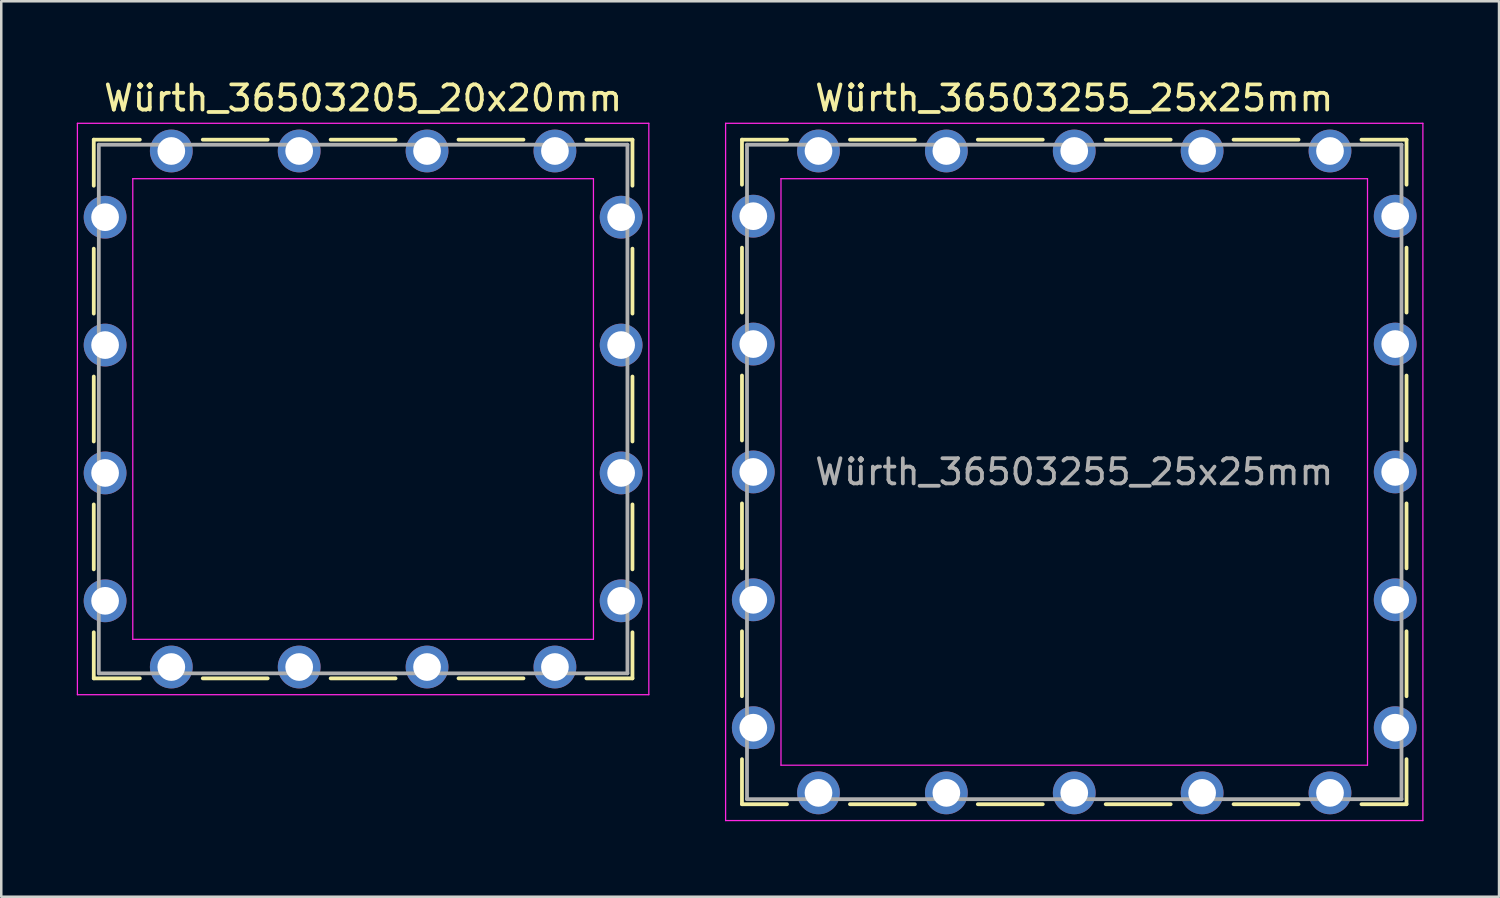
<source format=kicad_pcb>
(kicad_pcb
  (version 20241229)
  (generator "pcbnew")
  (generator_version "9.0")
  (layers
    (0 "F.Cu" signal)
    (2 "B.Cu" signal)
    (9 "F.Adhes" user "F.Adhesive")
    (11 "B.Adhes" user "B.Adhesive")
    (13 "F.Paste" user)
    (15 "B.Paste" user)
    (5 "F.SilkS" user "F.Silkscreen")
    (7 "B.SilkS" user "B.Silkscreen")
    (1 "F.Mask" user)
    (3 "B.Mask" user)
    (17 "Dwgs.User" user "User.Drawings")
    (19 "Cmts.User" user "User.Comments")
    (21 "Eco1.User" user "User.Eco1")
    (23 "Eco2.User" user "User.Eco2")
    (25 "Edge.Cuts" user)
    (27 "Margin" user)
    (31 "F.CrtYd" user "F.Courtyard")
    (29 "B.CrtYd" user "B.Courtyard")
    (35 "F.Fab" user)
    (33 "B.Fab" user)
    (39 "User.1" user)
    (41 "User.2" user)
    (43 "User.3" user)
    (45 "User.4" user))
  (footprint "Würth_36503205_20x20mm"
    (layer "F.Cu")
    (at 11.375 13.198)
    (property "Reference" "Würth_36503205_20x20mm" (at 0 -12.35 0) (layer "F.SilkS") (effects (font (size 1 1) (thickness 0.15))))
    (attr through_hole)
    (fp_line (start -10.7 -10.7) (end -8.87 -10.7) (stroke (width 0.15) (type solid)) (layer "F.SilkS"))
    (fp_line (start -10.7 -8.87) (end -10.7 -10.7) (stroke (width 0.15) (type solid)) (layer "F.SilkS"))
    (fp_line (start -10.7 -3.79) (end -10.7 -6.37) (stroke (width 0.15) (type solid)) (layer "F.SilkS"))
    (fp_line (start -10.7 -1.29) (end -10.7 1.29) (stroke (width 0.15) (type solid)) (layer "F.SilkS"))
    (fp_line (start -10.7 3.79) (end -10.7 6.37) (stroke (width 0.15) (type solid)) (layer "F.SilkS"))
    (fp_line (start -10.7 8.87) (end -10.7 10.7) (stroke (width 0.15) (type solid)) (layer "F.SilkS"))
    (fp_line (start -10.7 10.7) (end -8.87 10.7) (stroke (width 0.15) (type solid)) (layer "F.SilkS"))
    (fp_line (start -3.79 -10.7) (end -6.37 -10.7) (stroke (width 0.15) (type solid)) (layer "F.SilkS"))
    (fp_line (start -3.79 10.7) (end -6.37 10.7) (stroke (width 0.15) (type solid)) (layer "F.SilkS"))
    (fp_line (start 1.29 -10.7) (end -1.29 -10.7) (stroke (width 0.15) (type solid)) (layer "F.SilkS"))
    (fp_line (start 1.29 10.7) (end -1.29 10.7) (stroke (width 0.15) (type solid)) (layer "F.SilkS"))
    (fp_line (start 3.79 -10.7) (end 6.37 -10.7) (stroke (width 0.15) (type solid)) (layer "F.SilkS"))
    (fp_line (start 3.79 10.7) (end 6.37 10.7) (stroke (width 0.15) (type solid)) (layer "F.SilkS"))
    (fp_line (start 10.7 -10.7) (end 8.87 -10.7) (stroke (width 0.15) (type solid)) (layer "F.SilkS"))
    (fp_line (start 10.7 -8.87) (end 10.7 -10.7) (stroke (width 0.15) (type solid)) (layer "F.SilkS"))
    (fp_line (start 10.7 -3.79) (end 10.7 -6.37) (stroke (width 0.15) (type solid)) (layer "F.SilkS"))
    (fp_line (start 10.7 1.29) (end 10.7 -1.29) (stroke (width 0.15) (type solid)) (layer "F.SilkS"))
    (fp_line (start 10.7 3.79) (end 10.7 6.37) (stroke (width 0.15) (type solid)) (layer "F.SilkS"))
    (fp_line (start 10.7 8.87) (end 10.7 10.7) (stroke (width 0.15) (type solid)) (layer "F.SilkS"))
    (fp_line (start 10.7 10.7) (end 8.87 10.7) (stroke (width 0.15) (type solid)) (layer "F.SilkS"))
    (fp_line (start -11.35 -11.35) (end -11.35 11.35) (stroke (width 0.05) (type solid)) (layer "F.CrtYd"))
    (fp_line (start -11.35 11.35) (end 11.35 11.35) (stroke (width 0.05) (type solid)) (layer "F.CrtYd"))
    (fp_line (start -9.15 -9.15) (end -9.15 9.15) (stroke (width 0.05) (type solid)) (layer "F.CrtYd"))
    (fp_line (start -9.15 9.15) (end 9.15 9.15) (stroke (width 0.05) (type solid)) (layer "F.CrtYd"))
    (fp_line (start 9.15 -9.15) (end -9.15 -9.15) (stroke (width 0.05) (type solid)) (layer "F.CrtYd"))
    (fp_line (start 9.15 9.15) (end 9.15 -9.15) (stroke (width 0.05) (type solid)) (layer "F.CrtYd"))
    (fp_line (start 11.35 -11.35) (end -11.35 -11.35) (stroke (width 0.05) (type solid)) (layer "F.CrtYd"))
    (fp_line (start 11.35 11.35) (end 11.35 -11.35) (stroke (width 0.05) (type solid)) (layer "F.CrtYd"))
    (fp_line (start -10.5 -10.5) (end -10.5 10.5) (stroke (width 0.15) (type solid)) (layer "F.Fab"))
    (fp_line (start -10.5 10.5) (end 10.5 10.5) (stroke (width 0.15) (type solid)) (layer "F.Fab"))
    (fp_line (start 10.5 -10.5) (end -10.5 -10.5) (stroke (width 0.15) (type solid)) (layer "F.Fab"))
    (fp_line (start 10.5 10.5) (end 10.5 -10.5) (stroke (width 0.15) (type solid)) (layer "F.Fab"))
    (pad "1" thru_hole circle (at -10.25 -7.62) (size 1.7 1.7) (drill 1.1) (layers "*.Cu" "*.Mask"))
    (pad "1" thru_hole circle (at -10.25 -2.54) (size 1.7 1.7) (drill 1.1) (layers "*.Cu" "*.Mask"))
    (pad "1" thru_hole circle (at -10.25 2.54) (size 1.7 1.7) (drill 1.1) (layers "*.Cu" "*.Mask"))
    (pad "1" thru_hole circle (at -10.25 7.62) (size 1.7 1.7) (drill 1.1) (layers "*.Cu" "*.Mask"))
    (pad "1" thru_hole circle (at -7.62 -10.25) (size 1.7 1.7) (drill 1.1) (layers "*.Cu" "*.Mask"))
    (pad "1" thru_hole circle (at -7.62 10.25) (size 1.7 1.7) (drill 1.1) (layers "*.Cu" "*.Mask"))
    (pad "1" thru_hole circle (at -2.54 -10.25) (size 1.7 1.7) (drill 1.1) (layers "*.Cu" "*.Mask"))
    (pad "1" thru_hole circle (at -2.54 10.25) (size 1.7 1.7) (drill 1.1) (layers "*.Cu" "*.Mask"))
    (pad "1" thru_hole circle (at 2.54 -10.25) (size 1.7 1.7) (drill 1.1) (layers "*.Cu" "*.Mask"))
    (pad "1" thru_hole circle (at 2.54 10.25) (size 1.7 1.7) (drill 1.1) (layers "*.Cu" "*.Mask"))
    (pad "1" thru_hole circle (at 7.62 -10.25) (size 1.7 1.7) (drill 1.1) (layers "*.Cu" "*.Mask"))
    (pad "1" thru_hole circle (at 7.62 10.25) (size 1.7 1.7) (drill 1.1) (layers "*.Cu" "*.Mask"))
    (pad "1" thru_hole circle (at 10.25 -7.62) (size 1.7 1.7) (drill 1.1) (layers "*.Cu" "*.Mask"))
    (pad "1" thru_hole circle (at 10.25 -2.54) (size 1.7 1.7) (drill 1.1) (layers "*.Cu" "*.Mask"))
    (pad "1" thru_hole circle (at 10.25 2.54) (size 1.7 1.7) (drill 1.1) (layers "*.Cu" "*.Mask"))
    (pad "1" thru_hole circle (at 10.25 7.62) (size 1.7 1.7) (drill 1.1) (layers "*.Cu" "*.Mask")))
  (footprint "Würth_36503255_25x25mm"
    (layer "F.Cu")
    (at 39.625 15.698)
    (property "Reference" "Würth_36503255_25x25mm" (at 0 -14.85 0) (layer "F.SilkS") (effects (font (size 1 1) (thickness 0.15))))
    (attr through_hole)
    (fp_line (start -13.2 -13.2) (end -11.41 -13.2) (stroke (width 0.15) (type solid)) (layer "F.SilkS"))
    (fp_line (start -13.2 -11.41) (end -13.2 -13.2) (stroke (width 0.15) (type solid)) (layer "F.SilkS"))
    (fp_line (start -13.2 -6.33) (end -13.2 -8.91) (stroke (width 0.15) (type solid)) (layer "F.SilkS"))
    (fp_line (start -13.2 -1.25) (end -13.2 -3.83) (stroke (width 0.15) (type solid)) (layer "F.SilkS"))
    (fp_line (start -13.2 1.25) (end -13.2 3.83) (stroke (width 0.15) (type solid)) (layer "F.SilkS"))
    (fp_line (start -13.2 6.33) (end -13.2 8.91) (stroke (width 0.15) (type solid)) (layer "F.SilkS"))
    (fp_line (start -13.2 11.41) (end -13.2 13.2) (stroke (width 0.15) (type solid)) (layer "F.SilkS"))
    (fp_line (start -13.2 13.2) (end -11.41 13.2) (stroke (width 0.15) (type solid)) (layer "F.SilkS"))
    (fp_line (start -6.33 -13.2) (end -8.91 -13.2) (stroke (width 0.15) (type solid)) (layer "F.SilkS"))
    (fp_line (start -6.33 13.2) (end -8.91 13.2) (stroke (width 0.15) (type solid)) (layer "F.SilkS"))
    (fp_line (start -1.25 -13.2) (end -3.83 -13.2) (stroke (width 0.15) (type solid)) (layer "F.SilkS"))
    (fp_line (start -1.25 13.2) (end -3.83 13.2) (stroke (width 0.15) (type solid)) (layer "F.SilkS"))
    (fp_line (start 1.25 -13.2) (end 3.83 -13.2) (stroke (width 0.15) (type solid)) (layer "F.SilkS"))
    (fp_line (start 1.25 13.2) (end 3.83 13.2) (stroke (width 0.15) (type solid)) (layer "F.SilkS"))
    (fp_line (start 6.33 -13.2) (end 8.91 -13.2) (stroke (width 0.15) (type solid)) (layer "F.SilkS"))
    (fp_line (start 6.33 13.2) (end 8.91 13.2) (stroke (width 0.15) (type solid)) (layer "F.SilkS"))
    (fp_line (start 13.2 -13.2) (end 11.41 -13.2) (stroke (width 0.15) (type solid)) (layer "F.SilkS"))
    (fp_line (start 13.2 -11.41) (end 13.2 -13.2) (stroke (width 0.15) (type solid)) (layer "F.SilkS"))
    (fp_line (start 13.2 -6.33) (end 13.2 -8.91) (stroke (width 0.15) (type solid)) (layer "F.SilkS"))
    (fp_line (start 13.2 -1.25) (end 13.2 -3.83) (stroke (width 0.15) (type solid)) (layer "F.SilkS"))
    (fp_line (start 13.2 1.25) (end 13.2 3.83) (stroke (width 0.15) (type solid)) (layer "F.SilkS"))
    (fp_line (start 13.2 6.33) (end 13.2 8.91) (stroke (width 0.15) (type solid)) (layer "F.SilkS"))
    (fp_line (start 13.2 11.41) (end 13.2 13.2) (stroke (width 0.15) (type solid)) (layer "F.SilkS"))
    (fp_line (start 13.2 13.2) (end 11.41 13.2) (stroke (width 0.15) (type solid)) (layer "F.SilkS"))
    (fp_line (start -13.85 -13.85) (end -13.85 13.85) (stroke (width 0.05) (type solid)) (layer "F.CrtYd"))
    (fp_line (start -13.85 13.85) (end 13.85 13.85) (stroke (width 0.05) (type solid)) (layer "F.CrtYd"))
    (fp_line (start -11.65 -11.65) (end -11.65 11.65) (stroke (width 0.05) (type solid)) (layer "F.CrtYd"))
    (fp_line (start -11.65 11.65) (end 11.65 11.65) (stroke (width 0.05) (type solid)) (layer "F.CrtYd"))
    (fp_line (start 11.65 -11.65) (end -11.65 -11.65) (stroke (width 0.05) (type solid)) (layer "F.CrtYd"))
    (fp_line (start 11.65 11.65) (end 11.65 -11.65) (stroke (width 0.05) (type solid)) (layer "F.CrtYd"))
    (fp_line (start 13.85 -13.85) (end -13.85 -13.85) (stroke (width 0.05) (type solid)) (layer "F.CrtYd"))
    (fp_line (start 13.85 13.85) (end 13.85 -13.85) (stroke (width 0.05) (type solid)) (layer "F.CrtYd"))
    (fp_line (start -13 -13) (end -13 13) (stroke (width 0.15) (type solid)) (layer "F.Fab"))
    (fp_line (start -13 13) (end 13 13) (stroke (width 0.15) (type solid)) (layer "F.Fab"))
    (fp_line (start 13 -13) (end -13 -13) (stroke (width 0.15) (type solid)) (layer "F.Fab"))
    (fp_line (start 13 13) (end 13 -13) (stroke (width 0.15) (type solid)) (layer "F.Fab"))
    (fp_text user "${REFERENCE}" (at 0 0 0) (layer "F.Fab") (effects (font (size 1 1) (thickness 0.15))))
    (pad "1" thru_hole circle (at -12.75 -10.16) (size 1.7 1.7) (drill 1.1) (layers "*.Cu" "*.Mask"))
    (pad "1" thru_hole circle (at -12.75 -5.08) (size 1.7 1.7) (drill 1.1) (layers "*.Cu" "*.Mask"))
    (pad "1" thru_hole circle (at -12.75 0) (size 1.7 1.7) (drill 1.1) (layers "*.Cu" "*.Mask"))
    (pad "1" thru_hole circle (at -12.75 5.08) (size 1.7 1.7) (drill 1.1) (layers "*.Cu" "*.Mask"))
    (pad "1" thru_hole circle (at -12.75 10.16) (size 1.7 1.7) (drill 1.1) (layers "*.Cu" "*.Mask"))
    (pad "1" thru_hole circle (at -10.16 -12.75) (size 1.7 1.7) (drill 1.1) (layers "*.Cu" "*.Mask"))
    (pad "1" thru_hole circle (at -10.16 12.75) (size 1.7 1.7) (drill 1.1) (layers "*.Cu" "*.Mask"))
    (pad "1" thru_hole circle (at -5.08 -12.75) (size 1.7 1.7) (drill 1.1) (layers "*.Cu" "*.Mask"))
    (pad "1" thru_hole circle (at -5.08 12.75) (size 1.7 1.7) (drill 1.1) (layers "*.Cu" "*.Mask"))
    (pad "1" thru_hole circle (at 0 -12.75) (size 1.7 1.7) (drill 1.1) (layers "*.Cu" "*.Mask"))
    (pad "1" thru_hole circle (at 0 12.75) (size 1.7 1.7) (drill 1.1) (layers "*.Cu" "*.Mask"))
    (pad "1" thru_hole circle (at 5.08 -12.75) (size 1.7 1.7) (drill 1.1) (layers "*.Cu" "*.Mask"))
    (pad "1" thru_hole circle (at 5.08 12.75) (size 1.7 1.7) (drill 1.1) (layers "*.Cu" "*.Mask"))
    (pad "1" thru_hole circle (at 10.16 -12.75) (size 1.7 1.7) (drill 1.1) (layers "*.Cu" "*.Mask"))
    (pad "1" thru_hole circle (at 10.16 12.75) (size 1.7 1.7) (drill 1.1) (layers "*.Cu" "*.Mask"))
    (pad "1" thru_hole circle (at 12.75 -10.16) (size 1.7 1.7) (drill 1.1) (layers "*.Cu" "*.Mask"))
    (pad "1" thru_hole circle (at 12.75 -5.08) (size 1.7 1.7) (drill 1.1) (layers "*.Cu" "*.Mask"))
    (pad "1" thru_hole circle (at 12.75 0) (size 1.7 1.7) (drill 1.1) (layers "*.Cu" "*.Mask"))
    (pad "1" thru_hole circle (at 12.75 5.08) (size 1.7 1.7) (drill 1.1) (layers "*.Cu" "*.Mask"))
    (pad "1" thru_hole circle (at 12.75 10.16) (size 1.7 1.7) (drill 1.1) (layers "*.Cu" "*.Mask")))
  (gr_rect
    (start -3 -3)
    (end 56.5 32.573)
    (stroke (width 0.1) (type default))
    (fill no)
    (layer "Edge.Cuts")))
</source>
